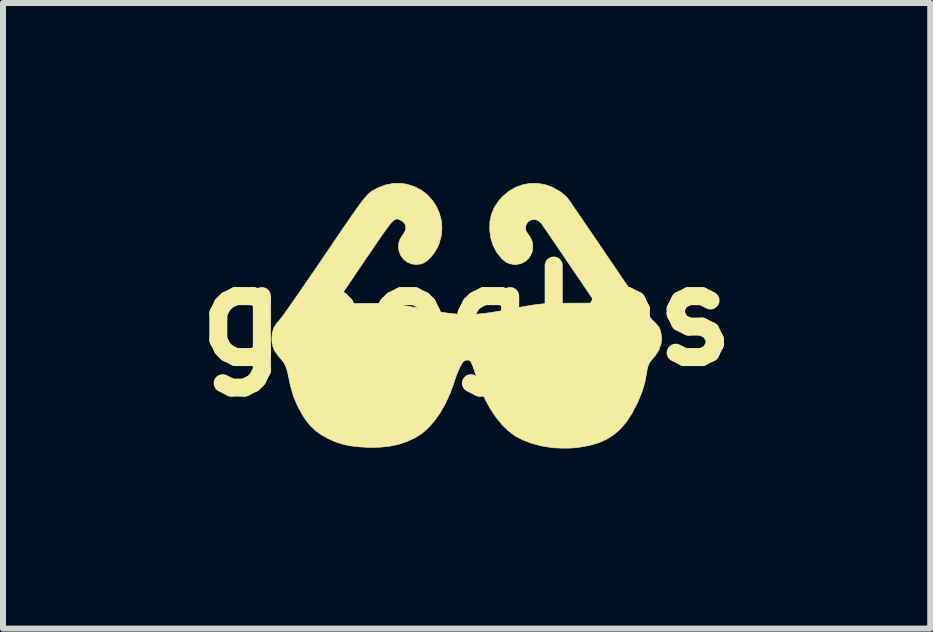
<source format=kicad_pcb>
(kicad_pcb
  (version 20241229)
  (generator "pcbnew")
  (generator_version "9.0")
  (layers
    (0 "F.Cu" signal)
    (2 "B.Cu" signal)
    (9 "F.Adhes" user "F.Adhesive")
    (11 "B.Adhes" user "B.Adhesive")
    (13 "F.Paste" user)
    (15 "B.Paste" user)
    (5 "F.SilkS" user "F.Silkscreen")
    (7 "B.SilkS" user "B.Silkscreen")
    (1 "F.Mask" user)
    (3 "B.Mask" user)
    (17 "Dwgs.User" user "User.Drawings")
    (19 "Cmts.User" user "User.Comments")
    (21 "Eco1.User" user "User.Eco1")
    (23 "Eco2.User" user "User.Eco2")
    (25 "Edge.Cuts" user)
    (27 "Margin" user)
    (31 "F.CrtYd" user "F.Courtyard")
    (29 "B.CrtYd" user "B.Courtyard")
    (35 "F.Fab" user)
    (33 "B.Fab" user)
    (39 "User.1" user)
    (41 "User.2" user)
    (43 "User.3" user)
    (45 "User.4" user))
  (footprint "googles"
    (layer "F.Cu")
    (at 4.724 2.21)
    (property "Reference" "googles" (at 0 0 0) (layer "F.SilkS") (effects (font (size 1.524 1.524) (thickness 0.3))))
    (attr through_hole)
    (fp_poly (pts (xy 1.193 -2.204) (xy 1.32 -2.18) (xy 1.444 -2.133) (xy 1.563 -2.063) (xy 1.591 -2.042) (xy 1.631 -2.009) (xy 1.665 -1.977) (xy 1.687 -1.954) (xy 1.698 -1.94) (xy 1.721 -1.905) (xy 1.757 -1.853) (xy 1.804 -1.784) (xy 1.861 -1.701) (xy 1.927 -1.604) (xy 2.001 -1.496) (xy 2.082 -1.377) (xy 2.169 -1.249) (xy 2.26 -1.115) (xy 2.356 -0.974) (xy 2.359 -0.969) (xy 2.473 -0.802) (xy 2.573 -0.654) (xy 2.661 -0.525) (xy 2.738 -0.413) (xy 2.805 -0.316) (xy 2.863 -0.233) (xy 2.912 -0.164) (xy 2.954 -0.105) (xy 2.99 -0.057) (xy 3.02 -0.017) (xy 3.046 0.016) (xy 3.069 0.043) (xy 3.09 0.066) (xy 3.109 0.085) (xy 3.109 0.085) (xy 3.156 0.132) (xy 3.187 0.168) (xy 3.208 0.198) (xy 3.223 0.23) (xy 3.232 0.259) (xy 3.25 0.361) (xy 3.241 0.462) (xy 3.208 0.56) (xy 3.151 0.655) (xy 3.113 0.701) (xy 3.071 0.75) (xy 3.042 0.794) (xy 3.022 0.841) (xy 3.008 0.899) (xy 2.997 0.972) (xy 2.969 1.114) (xy 2.923 1.267) (xy 2.858 1.426) (xy 2.839 1.467) (xy 2.755 1.629) (xy 2.664 1.767) (xy 2.565 1.884) (xy 2.456 1.98) (xy 2.334 2.058) (xy 2.197 2.118) (xy 2.044 2.163) (xy 1.871 2.193) (xy 1.842 2.197) (xy 1.723 2.206) (xy 1.592 2.207) (xy 1.461 2.201) (xy 1.41 2.196) (xy 1.245 2.169) (xy 1.087 2.127) (xy 0.942 2.072) (xy 0.816 2.007) (xy 0.802 1.998) (xy 0.695 1.918) (xy 0.591 1.816) (xy 0.492 1.694) (xy 0.399 1.556) (xy 0.316 1.405) (xy 0.304 1.381) (xy 0.278 1.322) (xy 0.248 1.247) (xy 0.216 1.161) (xy 0.184 1.074) (xy 0.164 1.014) (xy 0.139 0.94) (xy 0.116 0.873) (xy 0.095 0.818) (xy 0.078 0.779) (xy 0.068 0.76) (xy 0.068 0.76) (xy 0.034 0.74) (xy -0.006 0.739) (xy -0.045 0.758) (xy -0.055 0.768) (xy -0.087 0.811) (xy -0.121 0.877) (xy -0.158 0.964) (xy -0.198 1.076) (xy -0.212 1.12) (xy -0.279 1.302) (xy -0.356 1.47) (xy -0.443 1.622) (xy -0.539 1.756) (xy -0.641 1.871) (xy -0.749 1.965) (xy -0.857 2.034) (xy -0.995 2.097) (xy -1.136 2.144) (xy -1.282 2.175) (xy -1.441 2.191) (xy -1.616 2.194) (xy -1.656 2.193) (xy -1.815 2.183) (xy -1.954 2.165) (xy -2.081 2.136) (xy -2.199 2.096) (xy -2.305 2.048) (xy -2.422 1.983) (xy -2.52 1.913) (xy -2.603 1.833) (xy -2.678 1.739) (xy -2.722 1.674) (xy -2.814 1.509) (xy -2.884 1.343) (xy -2.935 1.167) (xy -2.948 1.105) (xy -2.967 1.011) (xy -2.984 0.937) (xy -3 0.88) (xy -3.017 0.835) (xy -3.036 0.797) (xy -3.06 0.762) (xy -3.09 0.725) (xy -3.1 0.714) (xy -3.16 0.64) (xy -3.202 0.576) (xy -3.228 0.513) (xy -3.242 0.446) (xy -3.245 0.381) (xy -3.237 0.283) (xy -3.211 0.2) (xy -3.166 0.127) (xy -3.12 0.077) (xy -3.103 0.056) (xy -3.072 0.016) (xy -3.028 -0.044) (xy -2.973 -0.122) (xy -2.906 -0.217) (xy -2.829 -0.328) (xy -2.741 -0.454) (xy -2.645 -0.595) (xy -2.539 -0.748) (xy -2.426 -0.914) (xy -2.384 -0.976) (xy -2.267 -1.148) (xy -2.164 -1.301) (xy -2.073 -1.435) (xy -1.992 -1.552) (xy -1.923 -1.653) (xy -1.862 -1.74) (xy -1.809 -1.814) (xy -1.764 -1.876) (xy -1.724 -1.927) (xy -1.69 -1.969) (xy -1.66 -2.003) (xy -1.633 -2.031) (xy -1.607 -2.053) (xy -1.583 -2.071) (xy -1.559 -2.087) (xy -1.534 -2.101) (xy -1.506 -2.115) (xy -1.48 -2.128) (xy -1.351 -2.179) (xy -1.22 -2.204) (xy -1.086 -2.204) (xy -0.997 -2.191) (xy -0.87 -2.152) (xy -0.756 -2.092) (xy -0.656 -2.016) (xy -0.571 -1.923) (xy -0.502 -1.819) (xy -0.452 -1.704) (xy -0.421 -1.583) (xy -0.411 -1.456) (xy -0.423 -1.327) (xy -0.457 -1.203) (xy -0.496 -1.118) (xy -0.546 -1.039) (xy -0.602 -0.969) (xy -0.662 -0.913) (xy -0.722 -0.876) (xy -0.747 -0.866) (xy -0.831 -0.852) (xy -0.912 -0.862) (xy -0.985 -0.891) (xy -1.047 -0.938) (xy -1.095 -1) (xy -1.125 -1.074) (xy -1.135 -1.149) (xy -1.13 -1.211) (xy -1.113 -1.265) (xy -1.081 -1.321) (xy -1.051 -1.363) (xy -1.02 -1.419) (xy -1.012 -1.475) (xy -1.026 -1.527) (xy -1.061 -1.57) (xy -1.114 -1.599) (xy -1.133 -1.606) (xy -1.15 -1.61) (xy -1.166 -1.611) (xy -1.183 -1.607) (xy -1.202 -1.597) (xy -1.224 -1.58) (xy -1.25 -1.554) (xy -1.281 -1.517) (xy -1.318 -1.469) (xy -1.363 -1.407) (xy -1.416 -1.332) (xy -1.479 -1.24) (xy -1.553 -1.132) (xy -1.64 -1.005) (xy -1.727 -0.877) (xy -1.807 -0.759) (xy -1.883 -0.646) (xy -1.953 -0.542) (xy -2.017 -0.448) (xy -2.073 -0.365) (xy -2.119 -0.296) (xy -2.155 -0.242) (xy -2.18 -0.204) (xy -2.192 -0.185) (xy -2.194 -0.183) (xy -2.181 -0.183) (xy -2.148 -0.185) (xy -2.101 -0.189) (xy -2.064 -0.192) (xy -2.014 -0.196) (xy -1.945 -0.199) (xy -1.861 -0.202) (xy -1.768 -0.204) (xy -1.671 -0.205) (xy -1.619 -0.206) (xy -1.518 -0.206) (xy -1.43 -0.205) (xy -1.352 -0.203) (xy -1.278 -0.199) (xy -1.205 -0.192) (xy -1.127 -0.182) (xy -1.041 -0.169) (xy -0.941 -0.152) (xy -0.824 -0.13) (xy -0.74 -0.115) (xy -0.573 -0.084) (xy -0.425 -0.059) (xy -0.294 -0.04) (xy -0.173 -0.028) (xy -0.06 -0.021) (xy 0.05 -0.02) (xy 0.162 -0.025) (xy 0.28 -0.036) (xy 0.408 -0.053) (xy 0.55 -0.077) (xy 0.71 -0.106) (xy 0.787 -0.121) (xy 0.909 -0.144) (xy 1.012 -0.162) (xy 1.102 -0.177) (xy 1.185 -0.188) (xy 1.264 -0.197) (xy 1.345 -0.202) (xy 1.433 -0.206) (xy 1.534 -0.208) (xy 1.652 -0.209) (xy 1.73 -0.209) (xy 1.83 -0.209) (xy 1.922 -0.21) (xy 2.001 -0.21) (xy 2.066 -0.211) (xy 2.114 -0.211) (xy 2.141 -0.212) (xy 2.146 -0.212) (xy 2.139 -0.223) (xy 2.12 -0.253) (xy 2.089 -0.299) (xy 2.048 -0.36) (xy 1.998 -0.433) (xy 1.942 -0.516) (xy 1.88 -0.608) (xy 1.814 -0.705) (xy 1.746 -0.805) (xy 1.676 -0.907) (xy 1.607 -1.009) (xy 1.54 -1.107) (xy 1.477 -1.201) (xy 1.418 -1.287) (xy 1.365 -1.364) (xy 1.321 -1.43) (xy 1.285 -1.481) (xy 1.26 -1.517) (xy 1.248 -1.535) (xy 1.248 -1.535) (xy 1.201 -1.58) (xy 1.149 -1.602) (xy 1.095 -1.602) (xy 1.043 -1.579) (xy 1.017 -1.557) (xy 0.991 -1.514) (xy 0.982 -1.463) (xy 0.99 -1.415) (xy 0.999 -1.396) (xy 1.021 -1.364) (xy 1.048 -1.325) (xy 1.058 -1.311) (xy 1.09 -1.246) (xy 1.103 -1.17) (xy 1.099 -1.093) (xy 1.086 -1.046) (xy 1.045 -0.97) (xy 0.987 -0.911) (xy 0.916 -0.872) (xy 0.836 -0.854) (xy 0.787 -0.854) (xy 0.715 -0.867) (xy 0.655 -0.894) (xy 0.598 -0.94) (xy 0.589 -0.949) (xy 0.505 -1.052) (xy 0.443 -1.168) (xy 0.402 -1.297) (xy 0.385 -1.429) (xy 0.388 -1.565) (xy 0.414 -1.69) (xy 0.464 -1.807) (xy 0.538 -1.917) (xy 0.597 -1.982) (xy 0.702 -2.072) (xy 0.817 -2.139) (xy 0.938 -2.183) (xy 1.065 -2.205) (xy 1.193 -2.204)) (stroke (width 0.01) (type solid)) (fill yes) (layer "F.SilkS")))
  (gr_rect
    (start -3 -3)
    (end 12.449 7.423)
    (stroke (width 0.1) (type default))
    (fill no)
    (layer "Edge.Cuts")))
</source>
